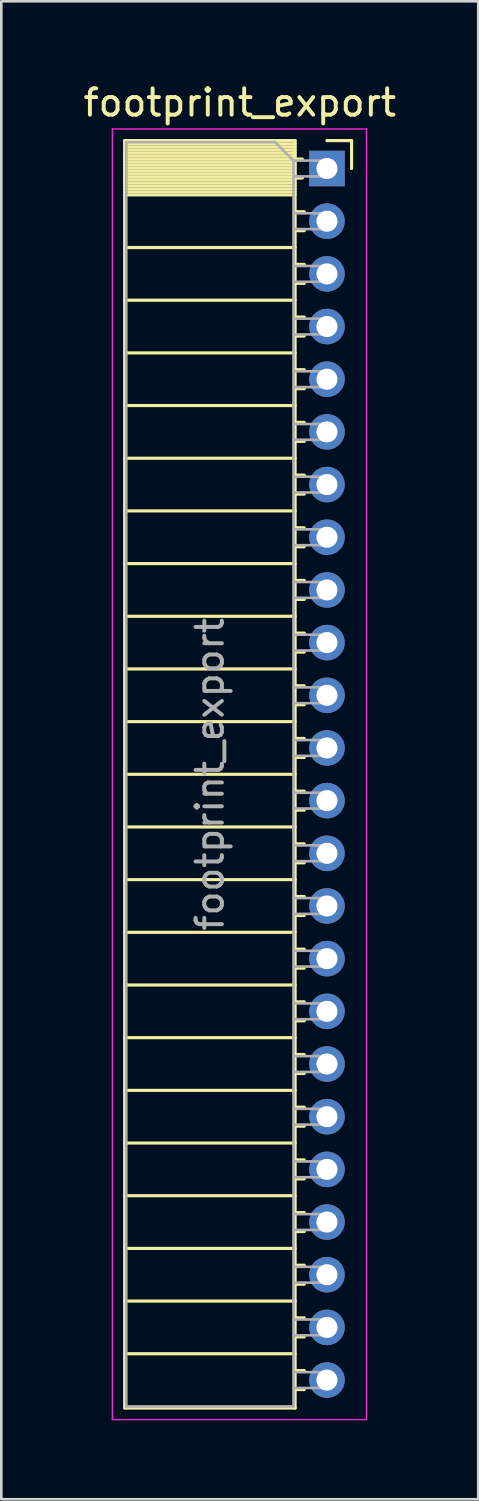
<source format=kicad_pcb>
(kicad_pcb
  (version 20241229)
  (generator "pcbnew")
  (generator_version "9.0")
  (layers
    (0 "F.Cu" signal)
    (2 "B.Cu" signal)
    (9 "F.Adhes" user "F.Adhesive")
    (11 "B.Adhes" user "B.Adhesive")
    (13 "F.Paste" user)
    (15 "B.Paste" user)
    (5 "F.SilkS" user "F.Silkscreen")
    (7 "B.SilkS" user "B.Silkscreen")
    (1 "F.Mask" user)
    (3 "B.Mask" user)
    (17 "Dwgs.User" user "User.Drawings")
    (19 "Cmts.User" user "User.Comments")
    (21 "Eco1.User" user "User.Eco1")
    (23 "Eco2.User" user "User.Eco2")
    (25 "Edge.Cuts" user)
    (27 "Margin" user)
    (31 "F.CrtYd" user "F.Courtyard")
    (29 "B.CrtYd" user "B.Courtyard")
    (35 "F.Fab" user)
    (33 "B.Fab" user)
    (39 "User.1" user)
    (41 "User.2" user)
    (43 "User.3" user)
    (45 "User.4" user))
  (footprint "footprint_export"
    (layer "F.Cu")
    (at 9.364 3.348)
    (property "Reference" "footprint_export" (at -3.31 -2.5 0) (layer "F.SilkS") (effects (font (size 1 1) (thickness 0.15))))
    (attr through_hole)
    (fp_line (start -7.68 -1.06) (end -7.68 47.06) (stroke (width 0.12) (type solid)) (layer "F.SilkS"))
    (fp_line (start -7.68 -1.06) (end -1.21 -1.06) (stroke (width 0.12) (type solid)) (layer "F.SilkS"))
    (fp_line (start -7.68 -0.94) (end -1.21 -0.94) (stroke (width 0.12) (type solid)) (layer "F.SilkS"))
    (fp_line (start -7.68 -0.826) (end -1.21 -0.826) (stroke (width 0.12) (type solid)) (layer "F.SilkS"))
    (fp_line (start -7.68 -0.712) (end -1.21 -0.712) (stroke (width 0.12) (type solid)) (layer "F.SilkS"))
    (fp_line (start -7.68 -0.598) (end -1.21 -0.598) (stroke (width 0.12) (type solid)) (layer "F.SilkS"))
    (fp_line (start -7.68 -0.484) (end -1.21 -0.484) (stroke (width 0.12) (type solid)) (layer "F.SilkS"))
    (fp_line (start -7.68 -0.369) (end -1.21 -0.369) (stroke (width 0.12) (type solid)) (layer "F.SilkS"))
    (fp_line (start -7.68 -0.255) (end -1.21 -0.255) (stroke (width 0.12) (type solid)) (layer "F.SilkS"))
    (fp_line (start -7.68 -0.141) (end -1.21 -0.141) (stroke (width 0.12) (type solid)) (layer "F.SilkS"))
    (fp_line (start -7.68 -0.027) (end -1.21 -0.027) (stroke (width 0.12) (type solid)) (layer "F.SilkS"))
    (fp_line (start -7.68 0.087) (end -1.21 0.087) (stroke (width 0.12) (type solid)) (layer "F.SilkS"))
    (fp_line (start -7.68 0.201) (end -1.21 0.201) (stroke (width 0.12) (type solid)) (layer "F.SilkS"))
    (fp_line (start -7.68 0.315) (end -1.21 0.315) (stroke (width 0.12) (type solid)) (layer "F.SilkS"))
    (fp_line (start -7.68 0.429) (end -1.21 0.429) (stroke (width 0.12) (type solid)) (layer "F.SilkS"))
    (fp_line (start -7.68 0.544) (end -1.21 0.544) (stroke (width 0.12) (type solid)) (layer "F.SilkS"))
    (fp_line (start -7.68 0.658) (end -1.21 0.658) (stroke (width 0.12) (type solid)) (layer "F.SilkS"))
    (fp_line (start -7.68 0.772) (end -1.21 0.772) (stroke (width 0.12) (type solid)) (layer "F.SilkS"))
    (fp_line (start -7.68 0.886) (end -1.21 0.886) (stroke (width 0.12) (type solid)) (layer "F.SilkS"))
    (fp_line (start -7.68 1) (end -1.21 1) (stroke (width 0.12) (type solid)) (layer "F.SilkS"))
    (fp_line (start -7.68 3) (end -1.21 3) (stroke (width 0.12) (type solid)) (layer "F.SilkS"))
    (fp_line (start -7.68 5) (end -1.21 5) (stroke (width 0.12) (type solid)) (layer "F.SilkS"))
    (fp_line (start -7.68 7) (end -1.21 7) (stroke (width 0.12) (type solid)) (layer "F.SilkS"))
    (fp_line (start -7.68 9) (end -1.21 9) (stroke (width 0.12) (type solid)) (layer "F.SilkS"))
    (fp_line (start -7.68 11) (end -1.21 11) (stroke (width 0.12) (type solid)) (layer "F.SilkS"))
    (fp_line (start -7.68 13) (end -1.21 13) (stroke (width 0.12) (type solid)) (layer "F.SilkS"))
    (fp_line (start -7.68 15) (end -1.21 15) (stroke (width 0.12) (type solid)) (layer "F.SilkS"))
    (fp_line (start -7.68 17) (end -1.21 17) (stroke (width 0.12) (type solid)) (layer "F.SilkS"))
    (fp_line (start -7.68 19) (end -1.21 19) (stroke (width 0.12) (type solid)) (layer "F.SilkS"))
    (fp_line (start -7.68 21) (end -1.21 21) (stroke (width 0.12) (type solid)) (layer "F.SilkS"))
    (fp_line (start -7.68 23) (end -1.21 23) (stroke (width 0.12) (type solid)) (layer "F.SilkS"))
    (fp_line (start -7.68 25) (end -1.21 25) (stroke (width 0.12) (type solid)) (layer "F.SilkS"))
    (fp_line (start -7.68 27) (end -1.21 27) (stroke (width 0.12) (type solid)) (layer "F.SilkS"))
    (fp_line (start -7.68 29) (end -1.21 29) (stroke (width 0.12) (type solid)) (layer "F.SilkS"))
    (fp_line (start -7.68 31) (end -1.21 31) (stroke (width 0.12) (type solid)) (layer "F.SilkS"))
    (fp_line (start -7.68 33) (end -1.21 33) (stroke (width 0.12) (type solid)) (layer "F.SilkS"))
    (fp_line (start -7.68 35) (end -1.21 35) (stroke (width 0.12) (type solid)) (layer "F.SilkS"))
    (fp_line (start -7.68 37) (end -1.21 37) (stroke (width 0.12) (type solid)) (layer "F.SilkS"))
    (fp_line (start -7.68 39) (end -1.21 39) (stroke (width 0.12) (type solid)) (layer "F.SilkS"))
    (fp_line (start -7.68 41) (end -1.21 41) (stroke (width 0.12) (type solid)) (layer "F.SilkS"))
    (fp_line (start -7.68 43) (end -1.21 43) (stroke (width 0.12) (type solid)) (layer "F.SilkS"))
    (fp_line (start -7.68 45) (end -1.21 45) (stroke (width 0.12) (type solid)) (layer "F.SilkS"))
    (fp_line (start -7.68 47.06) (end -1.21 47.06) (stroke (width 0.12) (type solid)) (layer "F.SilkS"))
    (fp_line (start -1.21 -1.06) (end -1.21 47.06) (stroke (width 0.12) (type solid)) (layer "F.SilkS"))
    (fp_line (start -1.21 -0.36) (end -0.935 -0.36) (stroke (width 0.12) (type solid)) (layer "F.SilkS"))
    (fp_line (start -1.21 0.36) (end -0.935 0.36) (stroke (width 0.12) (type solid)) (layer "F.SilkS"))
    (fp_line (start -1.21 1.64) (end -0.863 1.64) (stroke (width 0.12) (type solid)) (layer "F.SilkS"))
    (fp_line (start -1.21 2.36) (end -0.863 2.36) (stroke (width 0.12) (type solid)) (layer "F.SilkS"))
    (fp_line (start -1.21 3.64) (end -0.863 3.64) (stroke (width 0.12) (type solid)) (layer "F.SilkS"))
    (fp_line (start -1.21 4.36) (end -0.863 4.36) (stroke (width 0.12) (type solid)) (layer "F.SilkS"))
    (fp_line (start -1.21 5.64) (end -0.863 5.64) (stroke (width 0.12) (type solid)) (layer "F.SilkS"))
    (fp_line (start -1.21 6.36) (end -0.863 6.36) (stroke (width 0.12) (type solid)) (layer "F.SilkS"))
    (fp_line (start -1.21 7.64) (end -0.863 7.64) (stroke (width 0.12) (type solid)) (layer "F.SilkS"))
    (fp_line (start -1.21 8.36) (end -0.863 8.36) (stroke (width 0.12) (type solid)) (layer "F.SilkS"))
    (fp_line (start -1.21 9.64) (end -0.863 9.64) (stroke (width 0.12) (type solid)) (layer "F.SilkS"))
    (fp_line (start -1.21 10.36) (end -0.863 10.36) (stroke (width 0.12) (type solid)) (layer "F.SilkS"))
    (fp_line (start -1.21 11.64) (end -0.863 11.64) (stroke (width 0.12) (type solid)) (layer "F.SilkS"))
    (fp_line (start -1.21 12.36) (end -0.863 12.36) (stroke (width 0.12) (type solid)) (layer "F.SilkS"))
    (fp_line (start -1.21 13.64) (end -0.863 13.64) (stroke (width 0.12) (type solid)) (layer "F.SilkS"))
    (fp_line (start -1.21 14.36) (end -0.863 14.36) (stroke (width 0.12) (type solid)) (layer "F.SilkS"))
    (fp_line (start -1.21 15.64) (end -0.863 15.64) (stroke (width 0.12) (type solid)) (layer "F.SilkS"))
    (fp_line (start -1.21 16.36) (end -0.863 16.36) (stroke (width 0.12) (type solid)) (layer "F.SilkS"))
    (fp_line (start -1.21 17.64) (end -0.863 17.64) (stroke (width 0.12) (type solid)) (layer "F.SilkS"))
    (fp_line (start -1.21 18.36) (end -0.863 18.36) (stroke (width 0.12) (type solid)) (layer "F.SilkS"))
    (fp_line (start -1.21 19.64) (end -0.863 19.64) (stroke (width 0.12) (type solid)) (layer "F.SilkS"))
    (fp_line (start -1.21 20.36) (end -0.863 20.36) (stroke (width 0.12) (type solid)) (layer "F.SilkS"))
    (fp_line (start -1.21 21.64) (end -0.863 21.64) (stroke (width 0.12) (type solid)) (layer "F.SilkS"))
    (fp_line (start -1.21 22.36) (end -0.863 22.36) (stroke (width 0.12) (type solid)) (layer "F.SilkS"))
    (fp_line (start -1.21 23.64) (end -0.863 23.64) (stroke (width 0.12) (type solid)) (layer "F.SilkS"))
    (fp_line (start -1.21 24.36) (end -0.863 24.36) (stroke (width 0.12) (type solid)) (layer "F.SilkS"))
    (fp_line (start -1.21 25.64) (end -0.863 25.64) (stroke (width 0.12) (type solid)) (layer "F.SilkS"))
    (fp_line (start -1.21 26.36) (end -0.863 26.36) (stroke (width 0.12) (type solid)) (layer "F.SilkS"))
    (fp_line (start -1.21 27.64) (end -0.863 27.64) (stroke (width 0.12) (type solid)) (layer "F.SilkS"))
    (fp_line (start -1.21 28.36) (end -0.863 28.36) (stroke (width 0.12) (type solid)) (layer "F.SilkS"))
    (fp_line (start -1.21 29.64) (end -0.863 29.64) (stroke (width 0.12) (type solid)) (layer "F.SilkS"))
    (fp_line (start -1.21 30.36) (end -0.863 30.36) (stroke (width 0.12) (type solid)) (layer "F.SilkS"))
    (fp_line (start -1.21 31.64) (end -0.863 31.64) (stroke (width 0.12) (type solid)) (layer "F.SilkS"))
    (fp_line (start -1.21 32.36) (end -0.863 32.36) (stroke (width 0.12) (type solid)) (layer "F.SilkS"))
    (fp_line (start -1.21 33.64) (end -0.863 33.64) (stroke (width 0.12) (type solid)) (layer "F.SilkS"))
    (fp_line (start -1.21 34.36) (end -0.863 34.36) (stroke (width 0.12) (type solid)) (layer "F.SilkS"))
    (fp_line (start -1.21 35.64) (end -0.863 35.64) (stroke (width 0.12) (type solid)) (layer "F.SilkS"))
    (fp_line (start -1.21 36.36) (end -0.863 36.36) (stroke (width 0.12) (type solid)) (layer "F.SilkS"))
    (fp_line (start -1.21 37.64) (end -0.863 37.64) (stroke (width 0.12) (type solid)) (layer "F.SilkS"))
    (fp_line (start -1.21 38.36) (end -0.863 38.36) (stroke (width 0.12) (type solid)) (layer "F.SilkS"))
    (fp_line (start -1.21 39.64) (end -0.863 39.64) (stroke (width 0.12) (type solid)) (layer "F.SilkS"))
    (fp_line (start -1.21 40.36) (end -0.863 40.36) (stroke (width 0.12) (type solid)) (layer "F.SilkS"))
    (fp_line (start -1.21 41.64) (end -0.863 41.64) (stroke (width 0.12) (type solid)) (layer "F.SilkS"))
    (fp_line (start -1.21 42.36) (end -0.863 42.36) (stroke (width 0.12) (type solid)) (layer "F.SilkS"))
    (fp_line (start -1.21 43.64) (end -0.863 43.64) (stroke (width 0.12) (type solid)) (layer "F.SilkS"))
    (fp_line (start -1.21 44.36) (end -0.863 44.36) (stroke (width 0.12) (type solid)) (layer "F.SilkS"))
    (fp_line (start -1.21 45.64) (end -0.863 45.64) (stroke (width 0.12) (type solid)) (layer "F.SilkS"))
    (fp_line (start -1.21 46.36) (end -0.863 46.36) (stroke (width 0.12) (type solid)) (layer "F.SilkS"))
    (fp_line (start 0 -1.06) (end 0.935 -1.06) (stroke (width 0.12) (type solid)) (layer "F.SilkS"))
    (fp_line (start 0.935 -1.06) (end 0.935 0) (stroke (width 0.12) (type solid)) (layer "F.SilkS"))
    (fp_line (start -8.15 -1.5) (end -8.15 47.5) (stroke (width 0.05) (type solid)) (layer "F.CrtYd"))
    (fp_line (start -8.15 47.5) (end 1.5 47.5) (stroke (width 0.05) (type solid)) (layer "F.CrtYd"))
    (fp_line (start 1.5 -1.5) (end -8.15 -1.5) (stroke (width 0.05) (type solid)) (layer "F.CrtYd"))
    (fp_line (start 1.5 47.5) (end 1.5 -1.5) (stroke (width 0.05) (type solid)) (layer "F.CrtYd"))
    (fp_line (start -7.62 -1) (end -1.97 -1) (stroke (width 0.1) (type solid)) (layer "F.Fab"))
    (fp_line (start -7.62 47) (end -7.62 -1) (stroke (width 0.1) (type solid)) (layer "F.Fab"))
    (fp_line (start -1.97 -1) (end -1.27 -0.3) (stroke (width 0.1) (type solid)) (layer "F.Fab"))
    (fp_line (start -1.27 -0.3) (end -1.27 47) (stroke (width 0.1) (type solid)) (layer "F.Fab"))
    (fp_line (start -1.27 0.3) (end 0 0.3) (stroke (width 0.1) (type solid)) (layer "F.Fab"))
    (fp_line (start -1.27 2.3) (end 0 2.3) (stroke (width 0.1) (type solid)) (layer "F.Fab"))
    (fp_line (start -1.27 4.3) (end 0 4.3) (stroke (width 0.1) (type solid)) (layer "F.Fab"))
    (fp_line (start -1.27 6.3) (end 0 6.3) (stroke (width 0.1) (type solid)) (layer "F.Fab"))
    (fp_line (start -1.27 8.3) (end 0 8.3) (stroke (width 0.1) (type solid)) (layer "F.Fab"))
    (fp_line (start -1.27 10.3) (end 0 10.3) (stroke (width 0.1) (type solid)) (layer "F.Fab"))
    (fp_line (start -1.27 12.3) (end 0 12.3) (stroke (width 0.1) (type solid)) (layer "F.Fab"))
    (fp_line (start -1.27 14.3) (end 0 14.3) (stroke (width 0.1) (type solid)) (layer "F.Fab"))
    (fp_line (start -1.27 16.3) (end 0 16.3) (stroke (width 0.1) (type solid)) (layer "F.Fab"))
    (fp_line (start -1.27 18.3) (end 0 18.3) (stroke (width 0.1) (type solid)) (layer "F.Fab"))
    (fp_line (start -1.27 20.3) (end 0 20.3) (stroke (width 0.1) (type solid)) (layer "F.Fab"))
    (fp_line (start -1.27 22.3) (end 0 22.3) (stroke (width 0.1) (type solid)) (layer "F.Fab"))
    (fp_line (start -1.27 24.3) (end 0 24.3) (stroke (width 0.1) (type solid)) (layer "F.Fab"))
    (fp_line (start -1.27 26.3) (end 0 26.3) (stroke (width 0.1) (type solid)) (layer "F.Fab"))
    (fp_line (start -1.27 28.3) (end 0 28.3) (stroke (width 0.1) (type solid)) (layer "F.Fab"))
    (fp_line (start -1.27 30.3) (end 0 30.3) (stroke (width 0.1) (type solid)) (layer "F.Fab"))
    (fp_line (start -1.27 32.3) (end 0 32.3) (stroke (width 0.1) (type solid)) (layer "F.Fab"))
    (fp_line (start -1.27 34.3) (end 0 34.3) (stroke (width 0.1) (type solid)) (layer "F.Fab"))
    (fp_line (start -1.27 36.3) (end 0 36.3) (stroke (width 0.1) (type solid)) (layer "F.Fab"))
    (fp_line (start -1.27 38.3) (end 0 38.3) (stroke (width 0.1) (type solid)) (layer "F.Fab"))
    (fp_line (start -1.27 40.3) (end 0 40.3) (stroke (width 0.1) (type solid)) (layer "F.Fab"))
    (fp_line (start -1.27 42.3) (end 0 42.3) (stroke (width 0.1) (type solid)) (layer "F.Fab"))
    (fp_line (start -1.27 44.3) (end 0 44.3) (stroke (width 0.1) (type solid)) (layer "F.Fab"))
    (fp_line (start -1.27 46.3) (end 0 46.3) (stroke (width 0.1) (type solid)) (layer "F.Fab"))
    (fp_line (start -1.27 47) (end -7.62 47) (stroke (width 0.1) (type solid)) (layer "F.Fab"))
    (fp_line (start 0 -0.3) (end -1.27 -0.3) (stroke (width 0.1) (type solid)) (layer "F.Fab"))
    (fp_line (start 0 0.3) (end 0 -0.3) (stroke (width 0.1) (type solid)) (layer "F.Fab"))
    (fp_line (start 0 1.7) (end -1.27 1.7) (stroke (width 0.1) (type solid)) (layer "F.Fab"))
    (fp_line (start 0 2.3) (end 0 1.7) (stroke (width 0.1) (type solid)) (layer "F.Fab"))
    (fp_line (start 0 3.7) (end -1.27 3.7) (stroke (width 0.1) (type solid)) (layer "F.Fab"))
    (fp_line (start 0 4.3) (end 0 3.7) (stroke (width 0.1) (type solid)) (layer "F.Fab"))
    (fp_line (start 0 5.7) (end -1.27 5.7) (stroke (width 0.1) (type solid)) (layer "F.Fab"))
    (fp_line (start 0 6.3) (end 0 5.7) (stroke (width 0.1) (type solid)) (layer "F.Fab"))
    (fp_line (start 0 7.7) (end -1.27 7.7) (stroke (width 0.1) (type solid)) (layer "F.Fab"))
    (fp_line (start 0 8.3) (end 0 7.7) (stroke (width 0.1) (type solid)) (layer "F.Fab"))
    (fp_line (start 0 9.7) (end -1.27 9.7) (stroke (width 0.1) (type solid)) (layer "F.Fab"))
    (fp_line (start 0 10.3) (end 0 9.7) (stroke (width 0.1) (type solid)) (layer "F.Fab"))
    (fp_line (start 0 11.7) (end -1.27 11.7) (stroke (width 0.1) (type solid)) (layer "F.Fab"))
    (fp_line (start 0 12.3) (end 0 11.7) (stroke (width 0.1) (type solid)) (layer "F.Fab"))
    (fp_line (start 0 13.7) (end -1.27 13.7) (stroke (width 0.1) (type solid)) (layer "F.Fab"))
    (fp_line (start 0 14.3) (end 0 13.7) (stroke (width 0.1) (type solid)) (layer "F.Fab"))
    (fp_line (start 0 15.7) (end -1.27 15.7) (stroke (width 0.1) (type solid)) (layer "F.Fab"))
    (fp_line (start 0 16.3) (end 0 15.7) (stroke (width 0.1) (type solid)) (layer "F.Fab"))
    (fp_line (start 0 17.7) (end -1.27 17.7) (stroke (width 0.1) (type solid)) (layer "F.Fab"))
    (fp_line (start 0 18.3) (end 0 17.7) (stroke (width 0.1) (type solid)) (layer "F.Fab"))
    (fp_line (start 0 19.7) (end -1.27 19.7) (stroke (width 0.1) (type solid)) (layer "F.Fab"))
    (fp_line (start 0 20.3) (end 0 19.7) (stroke (width 0.1) (type solid)) (layer "F.Fab"))
    (fp_line (start 0 21.7) (end -1.27 21.7) (stroke (width 0.1) (type solid)) (layer "F.Fab"))
    (fp_line (start 0 22.3) (end 0 21.7) (stroke (width 0.1) (type solid)) (layer "F.Fab"))
    (fp_line (start 0 23.7) (end -1.27 23.7) (stroke (width 0.1) (type solid)) (layer "F.Fab"))
    (fp_line (start 0 24.3) (end 0 23.7) (stroke (width 0.1) (type solid)) (layer "F.Fab"))
    (fp_line (start 0 25.7) (end -1.27 25.7) (stroke (width 0.1) (type solid)) (layer "F.Fab"))
    (fp_line (start 0 26.3) (end 0 25.7) (stroke (width 0.1) (type solid)) (layer "F.Fab"))
    (fp_line (start 0 27.7) (end -1.27 27.7) (stroke (width 0.1) (type solid)) (layer "F.Fab"))
    (fp_line (start 0 28.3) (end 0 27.7) (stroke (width 0.1) (type solid)) (layer "F.Fab"))
    (fp_line (start 0 29.7) (end -1.27 29.7) (stroke (width 0.1) (type solid)) (layer "F.Fab"))
    (fp_line (start 0 30.3) (end 0 29.7) (stroke (width 0.1) (type solid)) (layer "F.Fab"))
    (fp_line (start 0 31.7) (end -1.27 31.7) (stroke (width 0.1) (type solid)) (layer "F.Fab"))
    (fp_line (start 0 32.3) (end 0 31.7) (stroke (width 0.1) (type solid)) (layer "F.Fab"))
    (fp_line (start 0 33.7) (end -1.27 33.7) (stroke (width 0.1) (type solid)) (layer "F.Fab"))
    (fp_line (start 0 34.3) (end 0 33.7) (stroke (width 0.1) (type solid)) (layer "F.Fab"))
    (fp_line (start 0 35.7) (end -1.27 35.7) (stroke (width 0.1) (type solid)) (layer "F.Fab"))
    (fp_line (start 0 36.3) (end 0 35.7) (stroke (width 0.1) (type solid)) (layer "F.Fab"))
    (fp_line (start 0 37.7) (end -1.27 37.7) (stroke (width 0.1) (type solid)) (layer "F.Fab"))
    (fp_line (start 0 38.3) (end 0 37.7) (stroke (width 0.1) (type solid)) (layer "F.Fab"))
    (fp_line (start 0 39.7) (end -1.27 39.7) (stroke (width 0.1) (type solid)) (layer "F.Fab"))
    (fp_line (start 0 40.3) (end 0 39.7) (stroke (width 0.1) (type solid)) (layer "F.Fab"))
    (fp_line (start 0 41.7) (end -1.27 41.7) (stroke (width 0.1) (type solid)) (layer "F.Fab"))
    (fp_line (start 0 42.3) (end 0 41.7) (stroke (width 0.1) (type solid)) (layer "F.Fab"))
    (fp_line (start 0 43.7) (end -1.27 43.7) (stroke (width 0.1) (type solid)) (layer "F.Fab"))
    (fp_line (start 0 44.3) (end 0 43.7) (stroke (width 0.1) (type solid)) (layer "F.Fab"))
    (fp_line (start 0 45.7) (end -1.27 45.7) (stroke (width 0.1) (type solid)) (layer "F.Fab"))
    (fp_line (start 0 46.3) (end 0 45.7) (stroke (width 0.1) (type solid)) (layer "F.Fab"))
    (fp_text user "${REFERENCE}" (at -4.445 23 90) (layer "F.Fab") (effects (font (size 1 1) (thickness 0.15))))
    (pad "1" thru_hole rect (at 0 0) (size 1.35 1.35) (drill 0.8) (layers "*.Cu" "*.Mask"))
    (pad "2" thru_hole oval (at 0 2) (size 1.35 1.35) (drill 0.8) (layers "*.Cu" "*.Mask"))
    (pad "3" thru_hole oval (at 0 4) (size 1.35 1.35) (drill 0.8) (layers "*.Cu" "*.Mask"))
    (pad "4" thru_hole oval (at 0 6) (size 1.35 1.35) (drill 0.8) (layers "*.Cu" "*.Mask"))
    (pad "5" thru_hole oval (at 0 8) (size 1.35 1.35) (drill 0.8) (layers "*.Cu" "*.Mask"))
    (pad "6" thru_hole oval (at 0 10) (size 1.35 1.35) (drill 0.8) (layers "*.Cu" "*.Mask"))
    (pad "7" thru_hole oval (at 0 12) (size 1.35 1.35) (drill 0.8) (layers "*.Cu" "*.Mask"))
    (pad "8" thru_hole oval (at 0 14) (size 1.35 1.35) (drill 0.8) (layers "*.Cu" "*.Mask"))
    (pad "9" thru_hole oval (at 0 16) (size 1.35 1.35) (drill 0.8) (layers "*.Cu" "*.Mask"))
    (pad "10" thru_hole oval (at 0 18) (size 1.35 1.35) (drill 0.8) (layers "*.Cu" "*.Mask"))
    (pad "11" thru_hole oval (at 0 20) (size 1.35 1.35) (drill 0.8) (layers "*.Cu" "*.Mask"))
    (pad "12" thru_hole oval (at 0 22) (size 1.35 1.35) (drill 0.8) (layers "*.Cu" "*.Mask"))
    (pad "13" thru_hole oval (at 0 24) (size 1.35 1.35) (drill 0.8) (layers "*.Cu" "*.Mask"))
    (pad "14" thru_hole oval (at 0 26) (size 1.35 1.35) (drill 0.8) (layers "*.Cu" "*.Mask"))
    (pad "15" thru_hole oval (at 0 28) (size 1.35 1.35) (drill 0.8) (layers "*.Cu" "*.Mask"))
    (pad "16" thru_hole oval (at 0 30) (size 1.35 1.35) (drill 0.8) (layers "*.Cu" "*.Mask"))
    (pad "17" thru_hole oval (at 0 32) (size 1.35 1.35) (drill 0.8) (layers "*.Cu" "*.Mask"))
    (pad "18" thru_hole oval (at 0 34) (size 1.35 1.35) (drill 0.8) (layers "*.Cu" "*.Mask"))
    (pad "19" thru_hole oval (at 0 36) (size 1.35 1.35) (drill 0.8) (layers "*.Cu" "*.Mask"))
    (pad "20" thru_hole oval (at 0 38) (size 1.35 1.35) (drill 0.8) (layers "*.Cu" "*.Mask"))
    (pad "21" thru_hole oval (at 0 40) (size 1.35 1.35) (drill 0.8) (layers "*.Cu" "*.Mask"))
    (pad "22" thru_hole oval (at 0 42) (size 1.35 1.35) (drill 0.8) (layers "*.Cu" "*.Mask"))
    (pad "23" thru_hole oval (at 0 44) (size 1.35 1.35) (drill 0.8) (layers "*.Cu" "*.Mask"))
    (pad "24" thru_hole oval (at 0 46) (size 1.35 1.35) (drill 0.8) (layers "*.Cu" "*.Mask")))
  (gr_rect
    (start -3 -3)
    (end 15.107 53.873)
    (stroke (width 0.1) (type default))
    (fill no)
    (layer "Edge.Cuts")))
</source>
